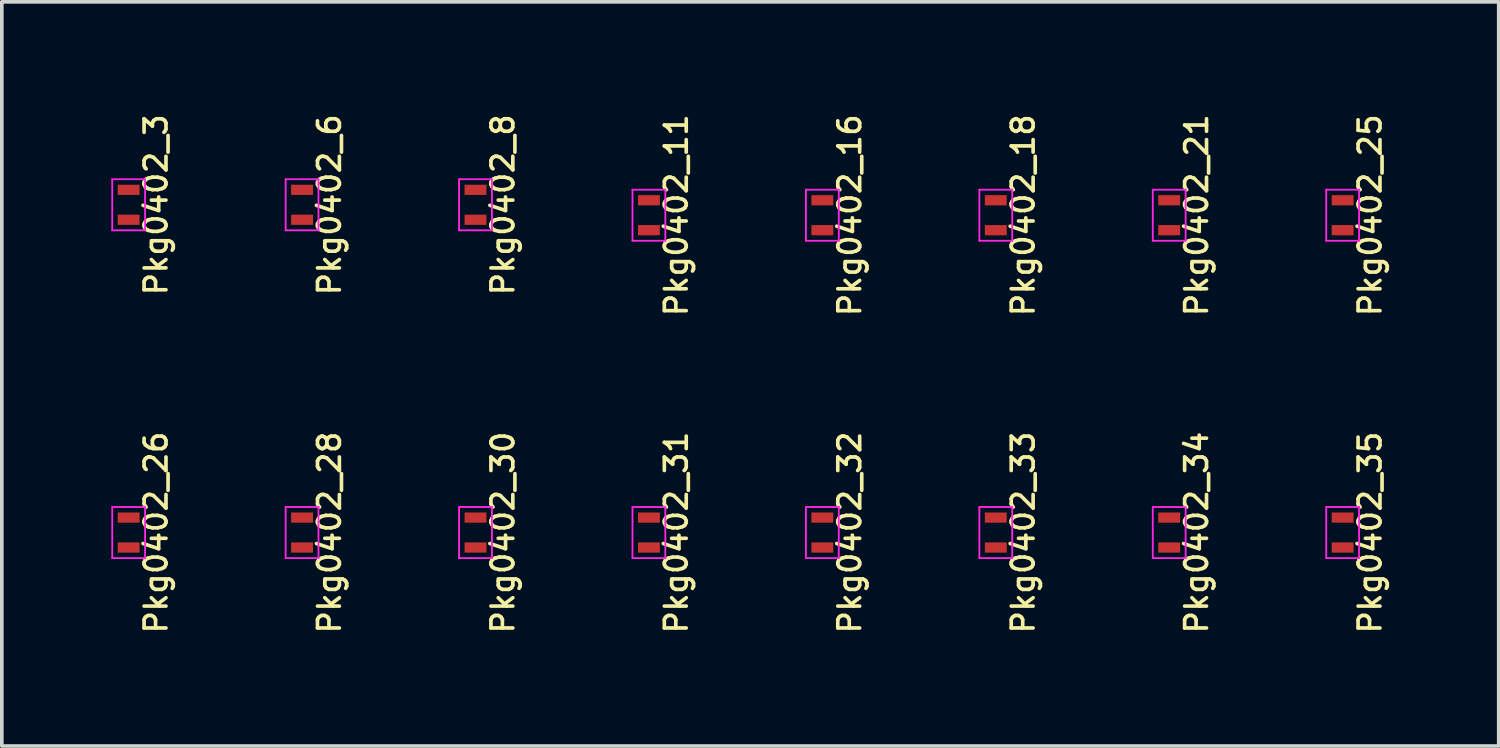
<source format=kicad_pcb>
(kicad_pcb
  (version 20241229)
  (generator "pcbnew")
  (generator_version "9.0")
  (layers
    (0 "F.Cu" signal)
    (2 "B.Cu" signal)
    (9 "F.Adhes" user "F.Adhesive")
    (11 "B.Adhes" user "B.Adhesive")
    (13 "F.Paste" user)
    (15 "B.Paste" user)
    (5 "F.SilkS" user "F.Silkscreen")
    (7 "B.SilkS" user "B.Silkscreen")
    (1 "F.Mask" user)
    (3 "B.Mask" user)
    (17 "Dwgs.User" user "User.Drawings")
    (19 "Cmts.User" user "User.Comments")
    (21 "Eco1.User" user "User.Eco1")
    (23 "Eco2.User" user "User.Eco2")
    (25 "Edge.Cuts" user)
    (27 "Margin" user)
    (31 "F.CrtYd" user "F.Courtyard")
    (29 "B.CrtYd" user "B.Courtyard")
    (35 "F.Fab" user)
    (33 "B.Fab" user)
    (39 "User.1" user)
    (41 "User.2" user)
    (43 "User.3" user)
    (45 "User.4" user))
  (footprint "Pkg0402_35"
    (layer "F.Cu")
    (at 33.736 11.541)
    (property "Reference" "Pkg0402_35" (at 0.75 0 90) (layer "F.SilkS") (effects (font (size 0.6 0.6) (thickness 0.1))))
    (fp_line (start -0.45 -0.7) (end -0.45 0.7) (stroke (width 0.05) (type solid)) (layer "F.CrtYd"))
    (fp_line (start -0.45 0.7) (end 0.45 0.7) (stroke (width 0.05) (type solid)) (layer "F.CrtYd"))
    (fp_line (start 0.45 -0.7) (end -0.45 -0.7) (stroke (width 0.05) (type solid)) (layer "F.CrtYd"))
    (fp_line (start 0.45 0.7) (end 0.45 -0.7) (stroke (width 0.05) (type solid)) (layer "F.CrtYd"))
    (pad "1" smd rect (at 0 -0.41) (size 0.6 0.28) (layers "F.Cu" "F.Mask" "F.Paste"))
    (pad "2" smd rect (at 0 0.41) (size 0.6 0.28) (layers "F.Cu" "F.Mask" "F.Paste")))
  (footprint "Pkg0402_34"
    (layer "F.Cu")
    (at 28.984 11.541)
    (property "Reference" "Pkg0402_34" (at 0.75 0 90) (layer "F.SilkS") (effects (font (size 0.6 0.6) (thickness 0.1))))
    (fp_line (start -0.45 -0.7) (end -0.45 0.7) (stroke (width 0.05) (type solid)) (layer "F.CrtYd"))
    (fp_line (start -0.45 0.7) (end 0.45 0.7) (stroke (width 0.05) (type solid)) (layer "F.CrtYd"))
    (fp_line (start 0.45 -0.7) (end -0.45 -0.7) (stroke (width 0.05) (type solid)) (layer "F.CrtYd"))
    (fp_line (start 0.45 0.7) (end 0.45 -0.7) (stroke (width 0.05) (type solid)) (layer "F.CrtYd"))
    (pad "1" smd rect (at 0 -0.41) (size 0.6 0.28) (layers "F.Cu" "F.Mask" "F.Paste"))
    (pad "2" smd rect (at 0 0.41) (size 0.6 0.28) (layers "F.Cu" "F.Mask" "F.Paste")))
  (footprint "Pkg0402_26"
    (layer "F.Cu")
    (at 0.475 11.541)
    (property "Reference" "Pkg0402_26" (at 0.75 0 90) (layer "F.SilkS") (effects (font (size 0.6 0.6) (thickness 0.1))))
    (fp_line (start -0.45 -0.7) (end -0.45 0.7) (stroke (width 0.05) (type solid)) (layer "F.CrtYd"))
    (fp_line (start -0.45 0.7) (end 0.45 0.7) (stroke (width 0.05) (type solid)) (layer "F.CrtYd"))
    (fp_line (start 0.45 -0.7) (end -0.45 -0.7) (stroke (width 0.05) (type solid)) (layer "F.CrtYd"))
    (fp_line (start 0.45 0.7) (end 0.45 -0.7) (stroke (width 0.05) (type solid)) (layer "F.CrtYd"))
    (pad "1" smd rect (at 0 -0.41) (size 0.6 0.28) (layers "F.Cu" "F.Mask" "F.Paste"))
    (pad "2" smd rect (at 0 0.41) (size 0.6 0.28) (layers "F.Cu" "F.Mask" "F.Paste")))
  (footprint "Pkg0402_8"
    (layer "F.Cu")
    (at 9.978 2.561)
    (property "Reference" "Pkg0402_8" (at 0.75 0 90) (layer "F.SilkS") (effects (font (size 0.6 0.6) (thickness 0.1))))
    (fp_line (start -0.45 -0.7) (end -0.45 0.7) (stroke (width 0.05) (type solid)) (layer "F.CrtYd"))
    (fp_line (start -0.45 0.7) (end 0.45 0.7) (stroke (width 0.05) (type solid)) (layer "F.CrtYd"))
    (fp_line (start 0.45 -0.7) (end -0.45 -0.7) (stroke (width 0.05) (type solid)) (layer "F.CrtYd"))
    (fp_line (start 0.45 0.7) (end 0.45 -0.7) (stroke (width 0.05) (type solid)) (layer "F.CrtYd"))
    (pad "1" smd rect (at 0 -0.41) (size 0.6 0.28) (layers "F.Cu" "F.Mask" "F.Paste"))
    (pad "2" smd rect (at 0 0.41) (size 0.6 0.28) (layers "F.Cu" "F.Mask" "F.Paste")))
  (footprint "Pkg0402_30"
    (layer "F.Cu")
    (at 9.978 11.541)
    (property "Reference" "Pkg0402_30" (at 0.75 0 90) (layer "F.SilkS") (effects (font (size 0.6 0.6) (thickness 0.1))))
    (fp_line (start -0.45 -0.7) (end -0.45 0.7) (stroke (width 0.05) (type solid)) (layer "F.CrtYd"))
    (fp_line (start -0.45 0.7) (end 0.45 0.7) (stroke (width 0.05) (type solid)) (layer "F.CrtYd"))
    (fp_line (start 0.45 -0.7) (end -0.45 -0.7) (stroke (width 0.05) (type solid)) (layer "F.CrtYd"))
    (fp_line (start 0.45 0.7) (end 0.45 -0.7) (stroke (width 0.05) (type solid)) (layer "F.CrtYd"))
    (pad "1" smd rect (at 0 0.41) (size 0.6 0.28) (layers "F.Cu" "F.Mask" "F.Paste"))
    (pad "2" smd rect (at 0 -0.41) (size 0.6 0.28) (layers "F.Cu" "F.Mask" "F.Paste")))
  (footprint "Pkg0402_3"
    (layer "F.Cu")
    (at 0.475 2.561)
    (property "Reference" "Pkg0402_3" (at 0.75 0 90) (layer "F.SilkS") (effects (font (size 0.6 0.6) (thickness 0.1))))
    (fp_line (start -0.45 -0.7) (end -0.45 0.7) (stroke (width 0.05) (type solid)) (layer "F.CrtYd"))
    (fp_line (start -0.45 0.7) (end 0.45 0.7) (stroke (width 0.05) (type solid)) (layer "F.CrtYd"))
    (fp_line (start 0.45 -0.7) (end -0.45 -0.7) (stroke (width 0.05) (type solid)) (layer "F.CrtYd"))
    (fp_line (start 0.45 0.7) (end 0.45 -0.7) (stroke (width 0.05) (type solid)) (layer "F.CrtYd"))
    (pad "1" smd rect (at 0 0.41) (size 0.6 0.28) (layers "F.Cu" "F.Mask" "F.Paste"))
    (pad "2" smd rect (at 0 -0.41) (size 0.6 0.28) (layers "F.Cu" "F.Mask" "F.Paste")))
  (footprint "Pkg0402_16"
    (layer "F.Cu")
    (at 19.481 2.847)
    (property "Reference" "Pkg0402_16" (at 0.75 0 90) (layer "F.SilkS") (effects (font (size 0.6 0.6) (thickness 0.1))))
    (fp_line (start -0.45 -0.7) (end -0.45 0.7) (stroke (width 0.05) (type solid)) (layer "F.CrtYd"))
    (fp_line (start -0.45 0.7) (end 0.45 0.7) (stroke (width 0.05) (type solid)) (layer "F.CrtYd"))
    (fp_line (start 0.45 -0.7) (end -0.45 -0.7) (stroke (width 0.05) (type solid)) (layer "F.CrtYd"))
    (fp_line (start 0.45 0.7) (end 0.45 -0.7) (stroke (width 0.05) (type solid)) (layer "F.CrtYd"))
    (pad "1" smd rect (at 0 0.41) (size 0.6 0.28) (layers "F.Cu" "F.Mask" "F.Paste"))
    (pad "2" smd rect (at 0 -0.41) (size 0.6 0.28) (layers "F.Cu" "F.Mask" "F.Paste")))
  (footprint "Pkg0402_25"
    (layer "F.Cu")
    (at 33.736 2.847)
    (property "Reference" "Pkg0402_25" (at 0.75 0 90) (layer "F.SilkS") (effects (font (size 0.6 0.6) (thickness 0.1))))
    (fp_line (start -0.45 -0.7) (end -0.45 0.7) (stroke (width 0.05) (type solid)) (layer "F.CrtYd"))
    (fp_line (start -0.45 0.7) (end 0.45 0.7) (stroke (width 0.05) (type solid)) (layer "F.CrtYd"))
    (fp_line (start 0.45 -0.7) (end -0.45 -0.7) (stroke (width 0.05) (type solid)) (layer "F.CrtYd"))
    (fp_line (start 0.45 0.7) (end 0.45 -0.7) (stroke (width 0.05) (type solid)) (layer "F.CrtYd"))
    (pad "1" smd rect (at 0 -0.41) (size 0.6 0.28) (layers "F.Cu" "F.Mask" "F.Paste"))
    (pad "2" smd rect (at 0 0.41) (size 0.6 0.28) (layers "F.Cu" "F.Mask" "F.Paste")))
  (footprint "Pkg0402_28"
    (layer "F.Cu")
    (at 5.226 11.541)
    (property "Reference" "Pkg0402_28" (at 0.75 0 90) (layer "F.SilkS") (effects (font (size 0.6 0.6) (thickness 0.1))))
    (fp_line (start -0.45 -0.7) (end -0.45 0.7) (stroke (width 0.05) (type solid)) (layer "F.CrtYd"))
    (fp_line (start -0.45 0.7) (end 0.45 0.7) (stroke (width 0.05) (type solid)) (layer "F.CrtYd"))
    (fp_line (start 0.45 -0.7) (end -0.45 -0.7) (stroke (width 0.05) (type solid)) (layer "F.CrtYd"))
    (fp_line (start 0.45 0.7) (end 0.45 -0.7) (stroke (width 0.05) (type solid)) (layer "F.CrtYd"))
    (pad "1" smd rect (at 0 -0.41) (size 0.6 0.28) (layers "F.Cu" "F.Mask" "F.Paste"))
    (pad "2" smd rect (at 0 0.41) (size 0.6 0.28) (layers "F.Cu" "F.Mask" "F.Paste")))
  (footprint "Pkg0402_11"
    (layer "F.Cu")
    (at 14.729 2.847)
    (property "Reference" "Pkg0402_11" (at 0.75 0 90) (layer "F.SilkS") (effects (font (size 0.6 0.6) (thickness 0.1))))
    (fp_line (start -0.45 -0.7) (end -0.45 0.7) (stroke (width 0.05) (type solid)) (layer "F.CrtYd"))
    (fp_line (start -0.45 0.7) (end 0.45 0.7) (stroke (width 0.05) (type solid)) (layer "F.CrtYd"))
    (fp_line (start 0.45 -0.7) (end -0.45 -0.7) (stroke (width 0.05) (type solid)) (layer "F.CrtYd"))
    (fp_line (start 0.45 0.7) (end 0.45 -0.7) (stroke (width 0.05) (type solid)) (layer "F.CrtYd"))
    (pad "1" smd rect (at 0 -0.41) (size 0.6 0.28) (layers "F.Cu" "F.Mask" "F.Paste"))
    (pad "2" smd rect (at 0 0.41) (size 0.6 0.28) (layers "F.Cu" "F.Mask" "F.Paste")))
  (footprint "Pkg0402_32"
    (layer "F.Cu")
    (at 19.481 11.541)
    (property "Reference" "Pkg0402_32" (at 0.75 0 90) (layer "F.SilkS") (effects (font (size 0.6 0.6) (thickness 0.1))))
    (fp_line (start -0.45 -0.7) (end -0.45 0.7) (stroke (width 0.05) (type solid)) (layer "F.CrtYd"))
    (fp_line (start -0.45 0.7) (end 0.45 0.7) (stroke (width 0.05) (type solid)) (layer "F.CrtYd"))
    (fp_line (start 0.45 -0.7) (end -0.45 -0.7) (stroke (width 0.05) (type solid)) (layer "F.CrtYd"))
    (fp_line (start 0.45 0.7) (end 0.45 -0.7) (stroke (width 0.05) (type solid)) (layer "F.CrtYd"))
    (pad "1" smd rect (at 0 0.41) (size 0.6 0.28) (layers "F.Cu" "F.Mask" "F.Paste"))
    (pad "2" smd rect (at 0 -0.41) (size 0.6 0.28) (layers "F.Cu" "F.Mask" "F.Paste")))
  (footprint "Pkg0402_18"
    (layer "F.Cu")
    (at 24.233 2.847)
    (property "Reference" "Pkg0402_18" (at 0.75 0 90) (layer "F.SilkS") (effects (font (size 0.6 0.6) (thickness 0.1))))
    (fp_line (start -0.45 -0.7) (end -0.45 0.7) (stroke (width 0.05) (type solid)) (layer "F.CrtYd"))
    (fp_line (start -0.45 0.7) (end 0.45 0.7) (stroke (width 0.05) (type solid)) (layer "F.CrtYd"))
    (fp_line (start 0.45 -0.7) (end -0.45 -0.7) (stroke (width 0.05) (type solid)) (layer "F.CrtYd"))
    (fp_line (start 0.45 0.7) (end 0.45 -0.7) (stroke (width 0.05) (type solid)) (layer "F.CrtYd"))
    (pad "1" smd rect (at 0 0.41) (size 0.6 0.28) (layers "F.Cu" "F.Mask" "F.Paste"))
    (pad "2" smd rect (at 0 -0.41) (size 0.6 0.28) (layers "F.Cu" "F.Mask" "F.Paste")))
  (footprint "Pkg0402_31"
    (layer "F.Cu")
    (at 14.729 11.541)
    (property "Reference" "Pkg0402_31" (at 0.75 0 90) (layer "F.SilkS") (effects (font (size 0.6 0.6) (thickness 0.1))))
    (fp_line (start -0.45 -0.7) (end -0.45 0.7) (stroke (width 0.05) (type solid)) (layer "F.CrtYd"))
    (fp_line (start -0.45 0.7) (end 0.45 0.7) (stroke (width 0.05) (type solid)) (layer "F.CrtYd"))
    (fp_line (start 0.45 -0.7) (end -0.45 -0.7) (stroke (width 0.05) (type solid)) (layer "F.CrtYd"))
    (fp_line (start 0.45 0.7) (end 0.45 -0.7) (stroke (width 0.05) (type solid)) (layer "F.CrtYd"))
    (pad "1" smd rect (at 0 -0.41) (size 0.6 0.28) (layers "F.Cu" "F.Mask" "F.Paste"))
    (pad "2" smd rect (at 0 0.41) (size 0.6 0.28) (layers "F.Cu" "F.Mask" "F.Paste")))
  (footprint "Pkg0402_21"
    (layer "F.Cu")
    (at 28.984 2.847)
    (property "Reference" "Pkg0402_21" (at 0.75 0 90) (layer "F.SilkS") (effects (font (size 0.6 0.6) (thickness 0.1))))
    (fp_line (start -0.45 -0.7) (end -0.45 0.7) (stroke (width 0.05) (type solid)) (layer "F.CrtYd"))
    (fp_line (start -0.45 0.7) (end 0.45 0.7) (stroke (width 0.05) (type solid)) (layer "F.CrtYd"))
    (fp_line (start 0.45 -0.7) (end -0.45 -0.7) (stroke (width 0.05) (type solid)) (layer "F.CrtYd"))
    (fp_line (start 0.45 0.7) (end 0.45 -0.7) (stroke (width 0.05) (type solid)) (layer "F.CrtYd"))
    (pad "1" smd rect (at 0 -0.41) (size 0.6 0.28) (layers "F.Cu" "F.Mask" "F.Paste"))
    (pad "2" smd rect (at 0 0.41) (size 0.6 0.28) (layers "F.Cu" "F.Mask" "F.Paste")))
  (footprint "Pkg0402_33"
    (layer "F.Cu")
    (at 24.233 11.541)
    (property "Reference" "Pkg0402_33" (at 0.75 0 90) (layer "F.SilkS") (effects (font (size 0.6 0.6) (thickness 0.1))))
    (fp_line (start -0.45 -0.7) (end -0.45 0.7) (stroke (width 0.05) (type solid)) (layer "F.CrtYd"))
    (fp_line (start -0.45 0.7) (end 0.45 0.7) (stroke (width 0.05) (type solid)) (layer "F.CrtYd"))
    (fp_line (start 0.45 -0.7) (end -0.45 -0.7) (stroke (width 0.05) (type solid)) (layer "F.CrtYd"))
    (fp_line (start 0.45 0.7) (end 0.45 -0.7) (stroke (width 0.05) (type solid)) (layer "F.CrtYd"))
    (pad "1" smd rect (at 0 0.41) (size 0.6 0.28) (layers "F.Cu" "F.Mask" "F.Paste"))
    (pad "2" smd rect (at 0 -0.41) (size 0.6 0.28) (layers "F.Cu" "F.Mask" "F.Paste")))
  (footprint "Pkg0402_6"
    (layer "F.Cu")
    (at 5.226 2.561)
    (property "Reference" "Pkg0402_6" (at 0.75 0 90) (layer "F.SilkS") (effects (font (size 0.6 0.6) (thickness 0.1))))
    (fp_line (start -0.45 -0.7) (end -0.45 0.7) (stroke (width 0.05) (type solid)) (layer "F.CrtYd"))
    (fp_line (start -0.45 0.7) (end 0.45 0.7) (stroke (width 0.05) (type solid)) (layer "F.CrtYd"))
    (fp_line (start 0.45 -0.7) (end -0.45 -0.7) (stroke (width 0.05) (type solid)) (layer "F.CrtYd"))
    (fp_line (start 0.45 0.7) (end 0.45 -0.7) (stroke (width 0.05) (type solid)) (layer "F.CrtYd"))
    (pad "1" smd rect (at 0 0.41) (size 0.6 0.28) (layers "F.Cu" "F.Mask" "F.Paste"))
    (pad "2" smd rect (at 0 -0.41) (size 0.6 0.28) (layers "F.Cu" "F.Mask" "F.Paste")))
  (gr_rect
    (start -3 -3)
    (end 38.012 17.389)
    (stroke (width 0.1) (type default))
    (fill no)
    (layer "Edge.Cuts")))
</source>
